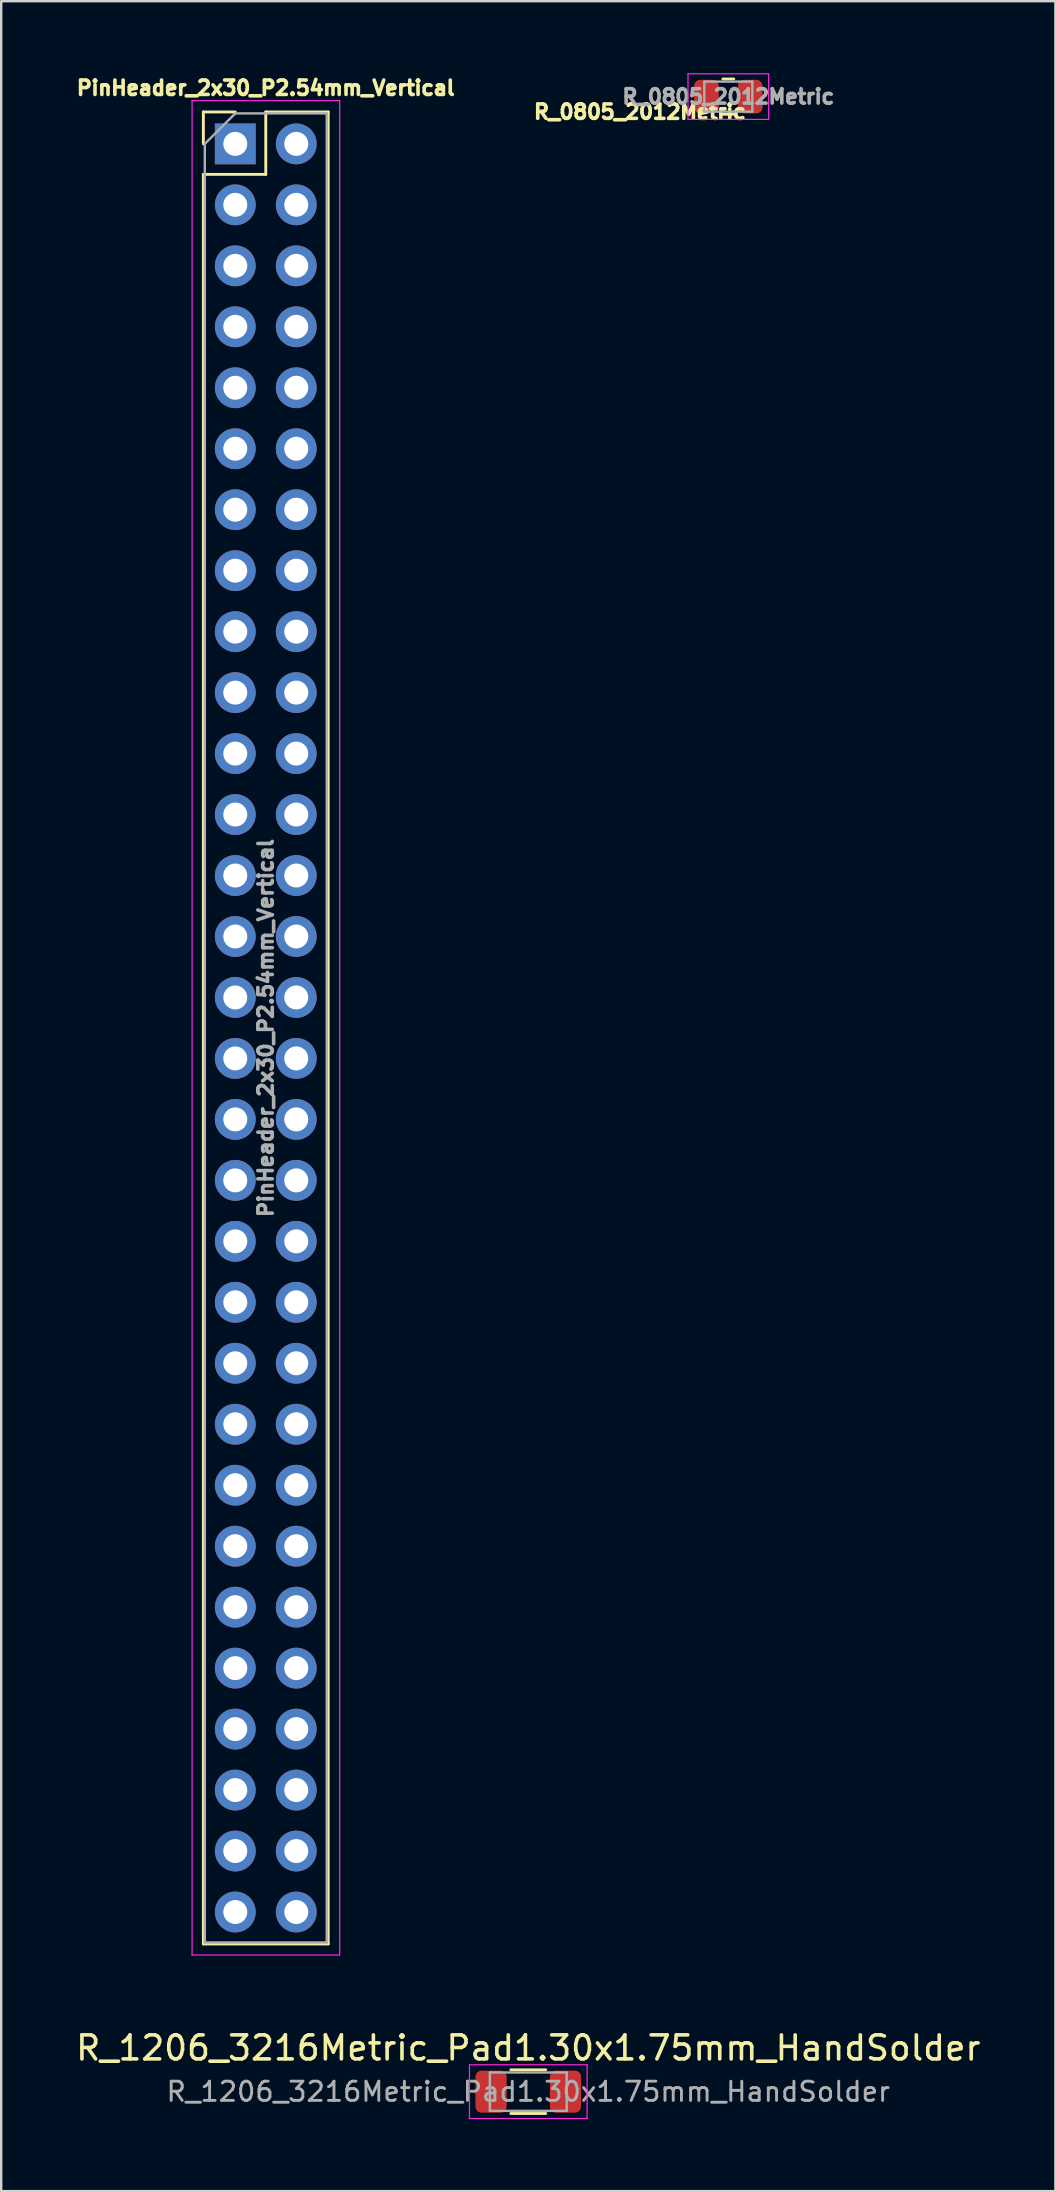
<source format=kicad_pcb>
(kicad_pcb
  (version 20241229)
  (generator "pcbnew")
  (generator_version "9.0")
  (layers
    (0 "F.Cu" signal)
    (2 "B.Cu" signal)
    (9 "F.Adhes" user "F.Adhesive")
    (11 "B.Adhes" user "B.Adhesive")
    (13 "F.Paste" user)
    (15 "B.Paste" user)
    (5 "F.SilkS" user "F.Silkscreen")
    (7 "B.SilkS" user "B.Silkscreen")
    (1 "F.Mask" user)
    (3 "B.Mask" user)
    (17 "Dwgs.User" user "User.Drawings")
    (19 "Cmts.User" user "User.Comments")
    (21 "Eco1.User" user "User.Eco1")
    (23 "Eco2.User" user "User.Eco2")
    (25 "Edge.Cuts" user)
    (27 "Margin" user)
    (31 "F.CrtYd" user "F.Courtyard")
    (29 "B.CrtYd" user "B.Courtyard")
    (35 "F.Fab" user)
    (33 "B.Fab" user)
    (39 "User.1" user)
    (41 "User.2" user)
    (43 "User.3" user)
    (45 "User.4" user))
  (footprint "R_1206_3216Metric_Pad1.30x1.75mm_HandSolder"
    (layer "F.Cu")
    (at 18.958 84.088)
    (property "Reference" "R_1206_3216Metric_Pad1.30x1.75mm_HandSolder" (at 0 -1.82 0) (layer "F.SilkS") (effects (font (size 1 1) (thickness 0.15))))
    (attr smd)
    (fp_line (start -0.727 -0.91) (end 0.727 -0.91) (stroke (width 0.12) (type solid)) (layer "F.SilkS"))
    (fp_line (start -0.727 0.91) (end 0.727 0.91) (stroke (width 0.12) (type solid)) (layer "F.SilkS"))
    (fp_line (start -2.45 -1.12) (end 2.45 -1.12) (stroke (width 0.05) (type solid)) (layer "F.CrtYd"))
    (fp_line (start -2.45 1.12) (end -2.45 -1.12) (stroke (width 0.05) (type solid)) (layer "F.CrtYd"))
    (fp_line (start 2.45 -1.12) (end 2.45 1.12) (stroke (width 0.05) (type solid)) (layer "F.CrtYd"))
    (fp_line (start 2.45 1.12) (end -2.45 1.12) (stroke (width 0.05) (type solid)) (layer "F.CrtYd"))
    (fp_line (start -1.6 -0.8) (end 1.6 -0.8) (stroke (width 0.1) (type solid)) (layer "F.Fab"))
    (fp_line (start -1.6 0.8) (end -1.6 -0.8) (stroke (width 0.1) (type solid)) (layer "F.Fab"))
    (fp_line (start 1.6 -0.8) (end 1.6 0.8) (stroke (width 0.1) (type solid)) (layer "F.Fab"))
    (fp_line (start 1.6 0.8) (end -1.6 0.8) (stroke (width 0.1) (type solid)) (layer "F.Fab"))
    (fp_text user "${REFERENCE}" (at 0 0 0) (layer "F.Fab") (effects (font (size 0.8 0.8) (thickness 0.12))))
    (pad "1" smd roundrect (at -1.55 0) (size 1.3 1.75) (layers "F.Cu" "F.Mask" "F.Paste") (roundrect_rratio 0.192))
    (pad "2" smd roundrect (at 1.55 0) (size 1.3 1.75) (layers "F.Cu" "F.Mask" "F.Paste") (roundrect_rratio 0.192)))
  (footprint "R_0805_2012Metric"
    (layer "F.Cu")
    (at 27.292 0.975)
    (property "Reference" "R_0805_2012Metric" (at -3.683 0.635 0) (layer "F.SilkS") (effects (font (size 0.6 0.6) (thickness 0.15))))
    (attr smd)
    (fp_line (start -0.227 -0.735) (end 0.227 -0.735) (stroke (width 0.12) (type solid)) (layer "F.SilkS"))
    (fp_line (start -0.227 0.735) (end 0.227 0.735) (stroke (width 0.12) (type solid)) (layer "F.SilkS"))
    (fp_line (start -1.68 -0.95) (end 1.68 -0.95) (stroke (width 0.05) (type solid)) (layer "F.CrtYd"))
    (fp_line (start -1.68 0.95) (end -1.68 -0.95) (stroke (width 0.05) (type solid)) (layer "F.CrtYd"))
    (fp_line (start 1.68 -0.95) (end 1.68 0.95) (stroke (width 0.05) (type solid)) (layer "F.CrtYd"))
    (fp_line (start 1.68 0.95) (end -1.68 0.95) (stroke (width 0.05) (type solid)) (layer "F.CrtYd"))
    (fp_line (start -1 -0.625) (end 1 -0.625) (stroke (width 0.1) (type solid)) (layer "F.Fab"))
    (fp_line (start -1 0.625) (end -1 -0.625) (stroke (width 0.1) (type solid)) (layer "F.Fab"))
    (fp_line (start 1 -0.625) (end 1 0.625) (stroke (width 0.1) (type solid)) (layer "F.Fab"))
    (fp_line (start 1 0.625) (end -1 0.625) (stroke (width 0.1) (type solid)) (layer "F.Fab"))
    (fp_text user "${REFERENCE}" (at 0 0 0) (layer "F.Fab") (effects (font (size 0.6 0.6) (thickness 0.15))))
    (pad "1" smd roundrect (at -0.912 0) (size 1.025 1.4) (layers "F.Cu" "F.Mask" "F.Paste") (roundrect_rratio 0.244))
    (pad "2" smd roundrect (at 0.912 0) (size 1.025 1.4) (layers "F.Cu" "F.Mask" "F.Paste") (roundrect_rratio 0.244)))
  (footprint "PinHeader_2x30_P2.54mm_Vertical"
    (layer "F.Cu")
    (at 6.752 2.944)
    (property "Reference" "PinHeader_2x30_P2.54mm_Vertical" (at 1.27 -2.33 0) (layer "F.SilkS") (effects (font (size 0.6 0.6) (thickness 0.15))))
    (attr through_hole)
    (fp_line (start -1.33 -1.33) (end 0 -1.33) (stroke (width 0.12) (type solid)) (layer "F.SilkS"))
    (fp_line (start -1.33 0) (end -1.33 -1.33) (stroke (width 0.12) (type solid)) (layer "F.SilkS"))
    (fp_line (start -1.33 1.27) (end -1.33 74.99) (stroke (width 0.12) (type solid)) (layer "F.SilkS"))
    (fp_line (start -1.33 1.27) (end 1.27 1.27) (stroke (width 0.12) (type solid)) (layer "F.SilkS"))
    (fp_line (start -1.33 74.99) (end 3.87 74.99) (stroke (width 0.12) (type solid)) (layer "F.SilkS"))
    (fp_line (start 1.27 -1.33) (end 3.87 -1.33) (stroke (width 0.12) (type solid)) (layer "F.SilkS"))
    (fp_line (start 1.27 1.27) (end 1.27 -1.33) (stroke (width 0.12) (type solid)) (layer "F.SilkS"))
    (fp_line (start 3.87 -1.33) (end 3.87 74.99) (stroke (width 0.12) (type solid)) (layer "F.SilkS"))
    (fp_line (start -1.8 -1.8) (end -1.8 75.45) (stroke (width 0.05) (type solid)) (layer "F.CrtYd"))
    (fp_line (start -1.8 75.45) (end 4.35 75.45) (stroke (width 0.05) (type solid)) (layer "F.CrtYd"))
    (fp_line (start 4.35 -1.8) (end -1.8 -1.8) (stroke (width 0.05) (type solid)) (layer "F.CrtYd"))
    (fp_line (start 4.35 75.45) (end 4.35 -1.8) (stroke (width 0.05) (type solid)) (layer "F.CrtYd"))
    (fp_line (start -1.27 0) (end 0 -1.27) (stroke (width 0.1) (type solid)) (layer "F.Fab"))
    (fp_line (start -1.27 74.93) (end -1.27 0) (stroke (width 0.1) (type solid)) (layer "F.Fab"))
    (fp_line (start 0 -1.27) (end 3.81 -1.27) (stroke (width 0.1) (type solid)) (layer "F.Fab"))
    (fp_line (start 3.81 -1.27) (end 3.81 74.93) (stroke (width 0.1) (type solid)) (layer "F.Fab"))
    (fp_line (start 3.81 74.93) (end -1.27 74.93) (stroke (width 0.1) (type solid)) (layer "F.Fab"))
    (fp_text user "${REFERENCE}" (at 1.27 36.83 90) (layer "F.Fab") (effects (font (size 0.6 0.6) (thickness 0.15))))
    (pad "1" thru_hole rect (at 0 0) (size 1.7 1.7) (drill 1) (layers "*.Cu" "*.Mask"))
    (pad "2" thru_hole oval (at 2.54 0) (size 1.7 1.7) (drill 1) (layers "*.Cu" "*.Mask"))
    (pad "3" thru_hole oval (at 0 2.54) (size 1.7 1.7) (drill 1) (layers "*.Cu" "*.Mask"))
    (pad "4" thru_hole oval (at 2.54 2.54) (size 1.7 1.7) (drill 1) (layers "*.Cu" "*.Mask"))
    (pad "5" thru_hole oval (at 0 5.08) (size 1.7 1.7) (drill 1) (layers "*.Cu" "*.Mask"))
    (pad "6" thru_hole oval (at 2.54 5.08) (size 1.7 1.7) (drill 1) (layers "*.Cu" "*.Mask"))
    (pad "7" thru_hole oval (at 0 7.62) (size 1.7 1.7) (drill 1) (layers "*.Cu" "*.Mask"))
    (pad "8" thru_hole oval (at 2.54 7.62) (size 1.7 1.7) (drill 1) (layers "*.Cu" "*.Mask"))
    (pad "9" thru_hole oval (at 0 10.16) (size 1.7 1.7) (drill 1) (layers "*.Cu" "*.Mask"))
    (pad "10" thru_hole oval (at 2.54 10.16) (size 1.7 1.7) (drill 1) (layers "*.Cu" "*.Mask"))
    (pad "11" thru_hole oval (at 0 12.7) (size 1.7 1.7) (drill 1) (layers "*.Cu" "*.Mask"))
    (pad "12" thru_hole oval (at 2.54 12.7) (size 1.7 1.7) (drill 1) (layers "*.Cu" "*.Mask"))
    (pad "13" thru_hole oval (at 0 15.24) (size 1.7 1.7) (drill 1) (layers "*.Cu" "*.Mask"))
    (pad "14" thru_hole oval (at 2.54 15.24) (size 1.7 1.7) (drill 1) (layers "*.Cu" "*.Mask"))
    (pad "15" thru_hole oval (at 0 17.78) (size 1.7 1.7) (drill 1) (layers "*.Cu" "*.Mask"))
    (pad "16" thru_hole oval (at 2.54 17.78) (size 1.7 1.7) (drill 1) (layers "*.Cu" "*.Mask"))
    (pad "17" thru_hole oval (at 0 20.32) (size 1.7 1.7) (drill 1) (layers "*.Cu" "*.Mask"))
    (pad "18" thru_hole oval (at 2.54 20.32) (size 1.7 1.7) (drill 1) (layers "*.Cu" "*.Mask"))
    (pad "19" thru_hole oval (at 0 22.86) (size 1.7 1.7) (drill 1) (layers "*.Cu" "*.Mask"))
    (pad "20" thru_hole oval (at 2.54 22.86) (size 1.7 1.7) (drill 1) (layers "*.Cu" "*.Mask"))
    (pad "21" thru_hole oval (at 0 25.4) (size 1.7 1.7) (drill 1) (layers "*.Cu" "*.Mask"))
    (pad "22" thru_hole oval (at 2.54 25.4) (size 1.7 1.7) (drill 1) (layers "*.Cu" "*.Mask"))
    (pad "23" thru_hole oval (at 0 27.94) (size 1.7 1.7) (drill 1) (layers "*.Cu" "*.Mask"))
    (pad "24" thru_hole oval (at 2.54 27.94) (size 1.7 1.7) (drill 1) (layers "*.Cu" "*.Mask"))
    (pad "25" thru_hole oval (at 0 30.48) (size 1.7 1.7) (drill 1) (layers "*.Cu" "*.Mask"))
    (pad "26" thru_hole oval (at 2.54 30.48) (size 1.7 1.7) (drill 1) (layers "*.Cu" "*.Mask"))
    (pad "27" thru_hole oval (at 0 33.02) (size 1.7 1.7) (drill 1) (layers "*.Cu" "*.Mask"))
    (pad "28" thru_hole oval (at 2.54 33.02) (size 1.7 1.7) (drill 1) (layers "*.Cu" "*.Mask"))
    (pad "29" thru_hole oval (at 0 35.56) (size 1.7 1.7) (drill 1) (layers "*.Cu" "*.Mask"))
    (pad "30" thru_hole oval (at 2.54 35.56) (size 1.7 1.7) (drill 1) (layers "*.Cu" "*.Mask"))
    (pad "31" thru_hole oval (at 0 38.1) (size 1.7 1.7) (drill 1) (layers "*.Cu" "*.Mask"))
    (pad "32" thru_hole oval (at 2.54 38.1) (size 1.7 1.7) (drill 1) (layers "*.Cu" "*.Mask"))
    (pad "33" thru_hole oval (at 0 40.64) (size 1.7 1.7) (drill 1) (layers "*.Cu" "*.Mask"))
    (pad "34" thru_hole oval (at 2.54 40.64) (size 1.7 1.7) (drill 1) (layers "*.Cu" "*.Mask"))
    (pad "35" thru_hole oval (at 0 43.18) (size 1.7 1.7) (drill 1) (layers "*.Cu" "*.Mask"))
    (pad "36" thru_hole oval (at 2.54 43.18) (size 1.7 1.7) (drill 1) (layers "*.Cu" "*.Mask"))
    (pad "37" thru_hole oval (at 0 45.72) (size 1.7 1.7) (drill 1) (layers "*.Cu" "*.Mask"))
    (pad "38" thru_hole oval (at 2.54 45.72) (size 1.7 1.7) (drill 1) (layers "*.Cu" "*.Mask"))
    (pad "39" thru_hole oval (at 0 48.26) (size 1.7 1.7) (drill 1) (layers "*.Cu" "*.Mask"))
    (pad "40" thru_hole oval (at 2.54 48.26) (size 1.7 1.7) (drill 1) (layers "*.Cu" "*.Mask"))
    (pad "41" thru_hole oval (at 0 50.8) (size 1.7 1.7) (drill 1) (layers "*.Cu" "*.Mask"))
    (pad "42" thru_hole oval (at 2.54 50.8) (size 1.7 1.7) (drill 1) (layers "*.Cu" "*.Mask"))
    (pad "43" thru_hole oval (at 0 53.34) (size 1.7 1.7) (drill 1) (layers "*.Cu" "*.Mask"))
    (pad "44" thru_hole oval (at 2.54 53.34) (size 1.7 1.7) (drill 1) (layers "*.Cu" "*.Mask"))
    (pad "45" thru_hole oval (at 0 55.88) (size 1.7 1.7) (drill 1) (layers "*.Cu" "*.Mask"))
    (pad "46" thru_hole oval (at 2.54 55.88) (size 1.7 1.7) (drill 1) (layers "*.Cu" "*.Mask"))
    (pad "47" thru_hole oval (at 0 58.42) (size 1.7 1.7) (drill 1) (layers "*.Cu" "*.Mask"))
    (pad "48" thru_hole oval (at 2.54 58.42) (size 1.7 1.7) (drill 1) (layers "*.Cu" "*.Mask"))
    (pad "49" thru_hole oval (at 0 60.96) (size 1.7 1.7) (drill 1) (layers "*.Cu" "*.Mask"))
    (pad "50" thru_hole oval (at 2.54 60.96) (size 1.7 1.7) (drill 1) (layers "*.Cu" "*.Mask"))
    (pad "51" thru_hole oval (at 0 63.5) (size 1.7 1.7) (drill 1) (layers "*.Cu" "*.Mask"))
    (pad "52" thru_hole oval (at 2.54 63.5) (size 1.7 1.7) (drill 1) (layers "*.Cu" "*.Mask"))
    (pad "53" thru_hole oval (at 0 66.04) (size 1.7 1.7) (drill 1) (layers "*.Cu" "*.Mask"))
    (pad "54" thru_hole oval (at 2.54 66.04) (size 1.7 1.7) (drill 1) (layers "*.Cu" "*.Mask"))
    (pad "55" thru_hole oval (at 0 68.58) (size 1.7 1.7) (drill 1) (layers "*.Cu" "*.Mask"))
    (pad "56" thru_hole oval (at 2.54 68.58) (size 1.7 1.7) (drill 1) (layers "*.Cu" "*.Mask"))
    (pad "57" thru_hole oval (at 0 71.12) (size 1.7 1.7) (drill 1) (layers "*.Cu" "*.Mask"))
    (pad "58" thru_hole oval (at 2.54 71.12) (size 1.7 1.7) (drill 1) (layers "*.Cu" "*.Mask"))
    (pad "59" thru_hole oval (at 0 73.66) (size 1.7 1.7) (drill 1) (layers "*.Cu" "*.Mask"))
    (pad "60" thru_hole oval (at 2.54 73.66) (size 1.7 1.7) (drill 1) (layers "*.Cu" "*.Mask")))
  (gr_rect
    (start -3 -3)
    (end 40.917 88.233)
    (stroke (width 0.1) (type default))
    (fill no)
    (layer "Edge.Cuts")))
</source>
